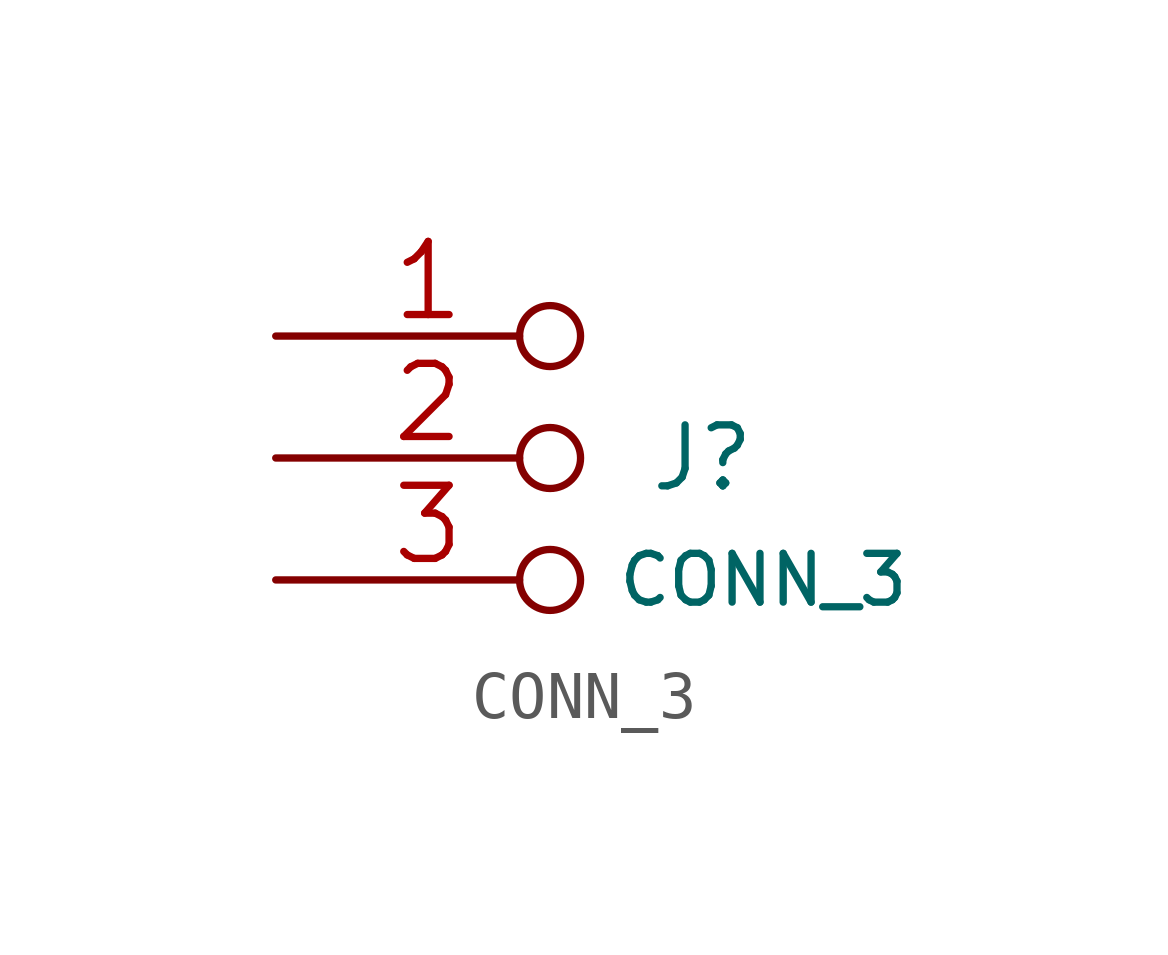
<source format=kicad_sym>
(kicad_symbol_lib
  (version 20211014)
  (generator kicad_symbol_editor)
  (symbol "CONN_3"
    (pin_names
      (offset 1.016) hide)
    (property "Reference" "J"
      (at 0 0 0)
      (effects (font (size 1.27 1.27))))
    (property "Value" "CONN_3"
      (at 1.27 -2.54 0)
      (effects (font (size 1.016 1.016))))
    (property "Footprint" ""
      (at 0 0 0)
      (effects (font (size 1.524 1.524))))
    (property "Datasheet" ""
      (at 0 0 0)
      (effects (font (size 1.524 1.524))))
    (symbol "CONN_3_1_1"
      (pin passive inverted (at -8.89 2.54 0) (length 6.35) (name "P1" (effects (font (size 1.524 1.524)))) (number "1" (effects (font (size 1.524 1.524)))))
      (pin passive inverted (at -8.89 0 0) (length 6.35) (name "PM" (effects (font (size 1.524 1.524)))) (number "2" (effects (font (size 1.524 1.524)))))
      (pin passive inverted (at -8.89 -2.54 0) (length 6.35) (name "P3" (effects (font (size 1.524 1.524)))) (number "3" (effects (font (size 1.524 1.524))))))))
</source>
